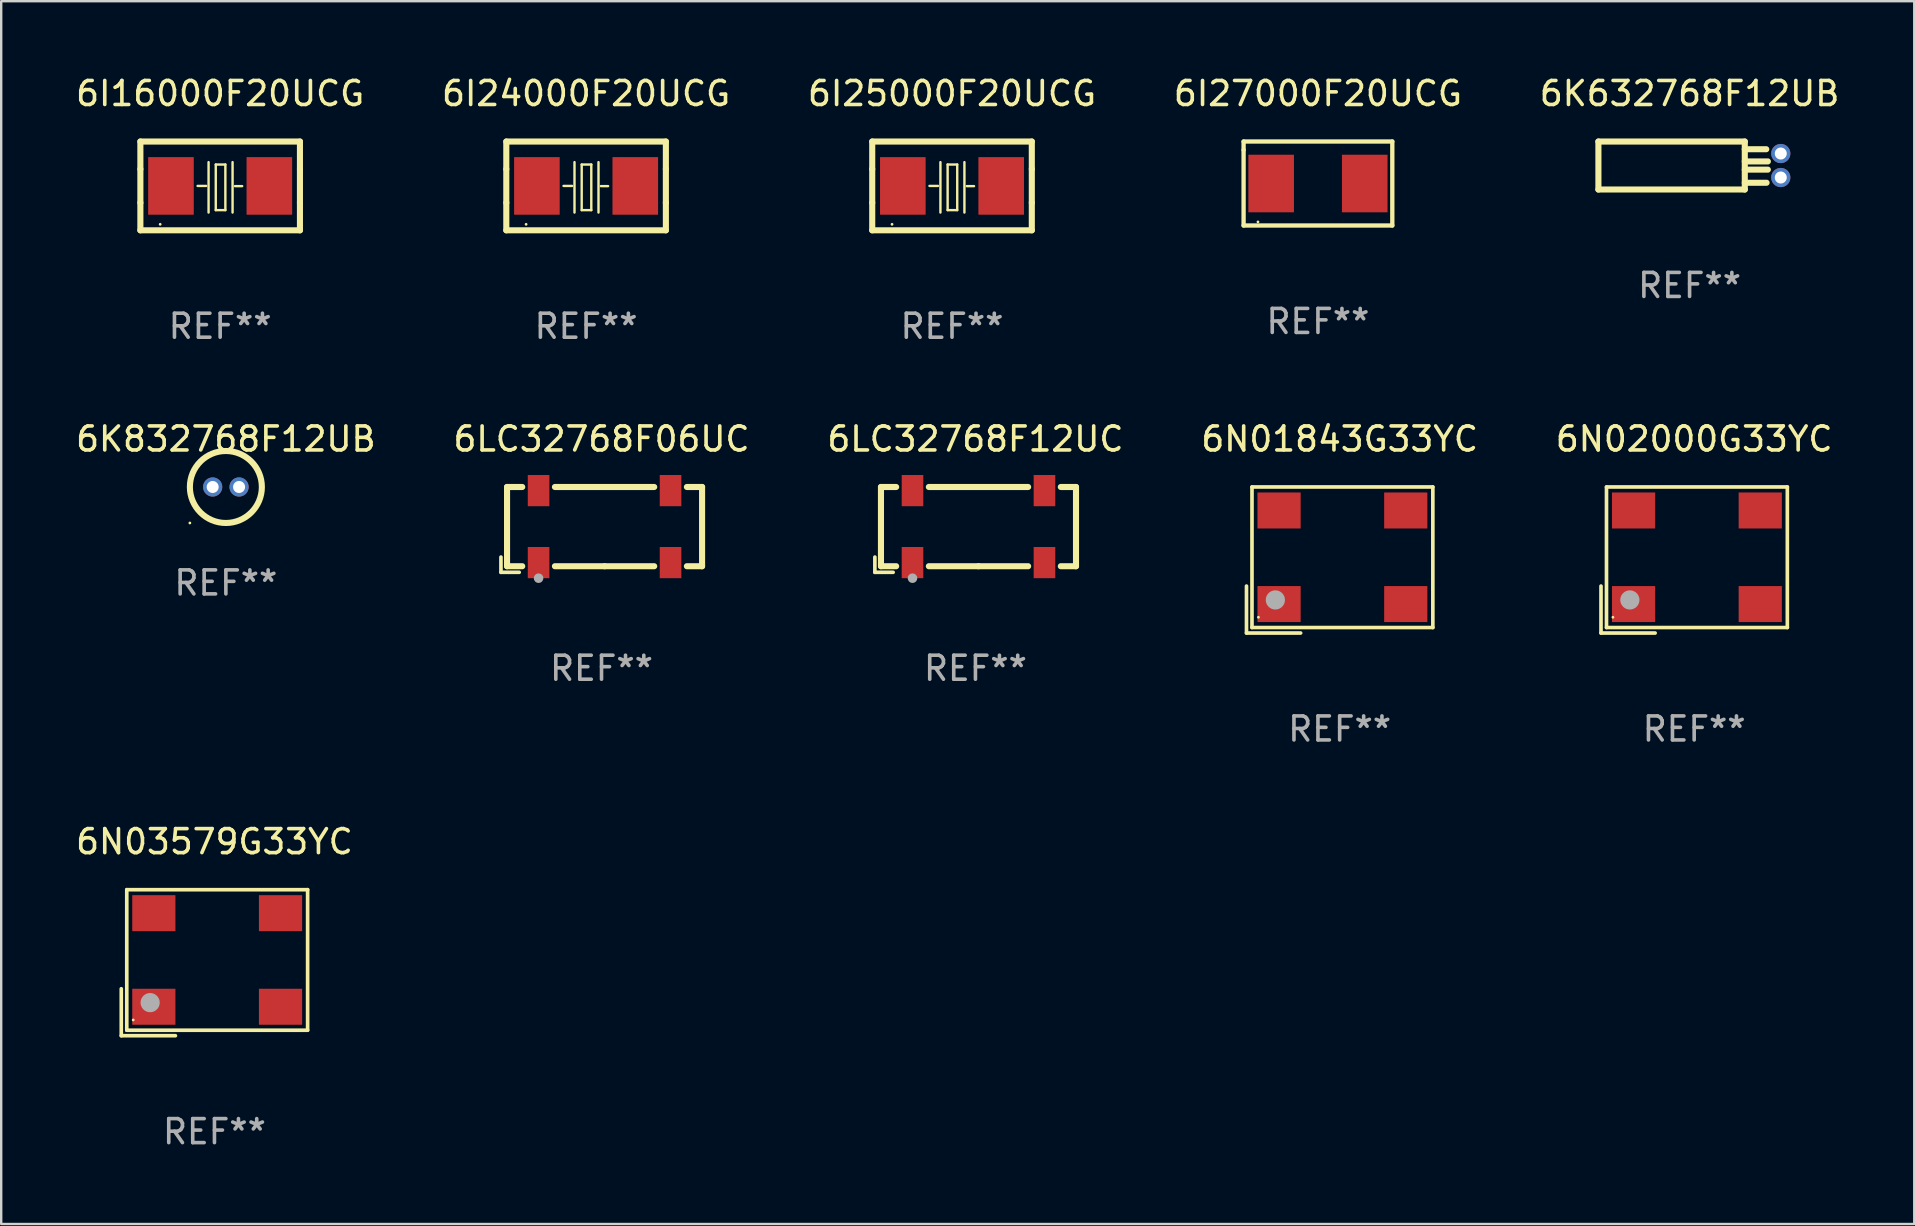
<source format=kicad_pcb>
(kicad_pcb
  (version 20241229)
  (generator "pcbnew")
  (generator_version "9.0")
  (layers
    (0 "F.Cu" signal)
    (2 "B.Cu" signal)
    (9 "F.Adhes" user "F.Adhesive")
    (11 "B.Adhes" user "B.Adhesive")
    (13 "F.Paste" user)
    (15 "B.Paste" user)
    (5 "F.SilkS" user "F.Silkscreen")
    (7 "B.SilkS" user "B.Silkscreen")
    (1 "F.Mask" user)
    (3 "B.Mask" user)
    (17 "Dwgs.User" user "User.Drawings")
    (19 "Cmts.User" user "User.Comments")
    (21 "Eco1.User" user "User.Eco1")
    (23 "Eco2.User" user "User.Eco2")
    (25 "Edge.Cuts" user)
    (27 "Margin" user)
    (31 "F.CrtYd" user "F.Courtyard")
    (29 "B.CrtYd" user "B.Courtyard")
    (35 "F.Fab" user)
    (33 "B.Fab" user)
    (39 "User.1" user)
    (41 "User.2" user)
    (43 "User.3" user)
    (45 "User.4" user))
  (footprint "6I25000F20UCG"
    (layer "F.Cu")
    (at 36.625 4.698)
    (property "Reference" "6I25000F20UCG" (at 0 -3.85 0) (layer "F.SilkS") (effects (font (size 1 1) (thickness 0.15))))
    (attr through_hole)
    (fp_line (start -3.325 0.7) (end -3.325 -0.7) (stroke (width 0.254) (type solid)) (layer "F.SilkS"))
    (fp_line (start -3.325 -1.85) (end 3.325 -1.85) (stroke (width 0.254) (type solid)) (layer "F.SilkS"))
    (fp_line (start -3.325 -0.7) (end -3.325 -1.85) (stroke (width 0.254) (type solid)) (layer "F.SilkS"))
    (fp_line (start -3.325 1.85) (end -3.325 0.7) (stroke (width 0.254) (type solid)) (layer "F.SilkS"))
    (fp_line (start -0.94 -0.000127) (end -0.584 -0.000127) (stroke (width 0.1) (type solid)) (layer "F.SilkS"))
    (fp_line (start -0.483 -0.991) (end -0.483 1.109) (stroke (width 0.1) (type solid)) (layer "F.SilkS"))
    (fp_line (start -0.183 -0.891) (end -0.183 1.009) (stroke (width 0.1) (type solid)) (layer "F.SilkS"))
    (fp_line (start -0.183 1.009) (end 0.217 1.009) (stroke (width 0.1) (type solid)) (layer "F.SilkS"))
    (fp_line (start 0.217 -0.891) (end -0.183 -0.891) (stroke (width 0.1) (type solid)) (layer "F.SilkS"))
    (fp_line (start 0.217 1.009) (end 0.217 -0.891) (stroke (width 0.1) (type solid)) (layer "F.SilkS"))
    (fp_line (start 0.517 -0.991) (end 0.517 1.109) (stroke (width 0.1) (type solid)) (layer "F.SilkS"))
    (fp_line (start 0.617 0.009) (end 0.917 0.009) (stroke (width 0.1) (type solid)) (layer "F.SilkS"))
    (fp_line (start 3.325 -1.85) (end 3.325 -0.7) (stroke (width 0.254) (type solid)) (layer "F.SilkS"))
    (fp_line (start 3.325 0.7) (end 3.325 1.85) (stroke (width 0.254) (type solid)) (layer "F.SilkS"))
    (fp_line (start 3.325 1.85) (end -3.325 1.85) (stroke (width 0.254) (type solid)) (layer "F.SilkS"))
    (fp_line (start 3.325 -0.7) (end 3.325 0.7) (stroke (width 0.254) (type solid)) (layer "F.SilkS"))
    (fp_circle (center -2.5 1.6) (end -2.47 1.6) (stroke (width 0.06) (type solid)) (fill no) (layer "F.SilkS"))
    (fp_text user "REF**" (at 0 5.85 0) (layer "F.Fab") (effects (font (size 1 1) (thickness 0.15))))
    (pad "1" smd rect (at -2.05 -0.000127) (size 1.9 2.4) (layers "F.Cu" "F.Mask" "F.Paste"))
    (pad "2" smd rect (at 2.05 -0.000127) (size 1.9 2.4) (layers "F.Cu" "F.Mask" "F.Paste")))
  (footprint "6I24000F20UCG"
    (layer "F.Cu")
    (at 21.375 4.698)
    (property "Reference" "6I24000F20UCG" (at 0 -3.85 0) (layer "F.SilkS") (effects (font (size 1 1) (thickness 0.15))))
    (attr through_hole)
    (fp_line (start -3.325 0.7) (end -3.325 -0.7) (stroke (width 0.254) (type solid)) (layer "F.SilkS"))
    (fp_line (start -3.325 -1.85) (end 3.325 -1.85) (stroke (width 0.254) (type solid)) (layer "F.SilkS"))
    (fp_line (start -3.325 -0.7) (end -3.325 -1.85) (stroke (width 0.254) (type solid)) (layer "F.SilkS"))
    (fp_line (start -3.325 1.85) (end -3.325 0.7) (stroke (width 0.254) (type solid)) (layer "F.SilkS"))
    (fp_line (start -0.94 -0.000127) (end -0.584 -0.000127) (stroke (width 0.1) (type solid)) (layer "F.SilkS"))
    (fp_line (start -0.483 -0.991) (end -0.483 1.109) (stroke (width 0.1) (type solid)) (layer "F.SilkS"))
    (fp_line (start -0.183 -0.891) (end -0.183 1.009) (stroke (width 0.1) (type solid)) (layer "F.SilkS"))
    (fp_line (start -0.183 1.009) (end 0.217 1.009) (stroke (width 0.1) (type solid)) (layer "F.SilkS"))
    (fp_line (start 0.217 -0.891) (end -0.183 -0.891) (stroke (width 0.1) (type solid)) (layer "F.SilkS"))
    (fp_line (start 0.217 1.009) (end 0.217 -0.891) (stroke (width 0.1) (type solid)) (layer "F.SilkS"))
    (fp_line (start 0.517 -0.991) (end 0.517 1.109) (stroke (width 0.1) (type solid)) (layer "F.SilkS"))
    (fp_line (start 0.617 0.009) (end 0.917 0.009) (stroke (width 0.1) (type solid)) (layer "F.SilkS"))
    (fp_line (start 3.325 -1.85) (end 3.325 -0.7) (stroke (width 0.254) (type solid)) (layer "F.SilkS"))
    (fp_line (start 3.325 0.7) (end 3.325 1.85) (stroke (width 0.254) (type solid)) (layer "F.SilkS"))
    (fp_line (start 3.325 1.85) (end -3.325 1.85) (stroke (width 0.254) (type solid)) (layer "F.SilkS"))
    (fp_line (start 3.325 -0.7) (end 3.325 0.7) (stroke (width 0.254) (type solid)) (layer "F.SilkS"))
    (fp_circle (center -2.5 1.6) (end -2.47 1.6) (stroke (width 0.06) (type solid)) (fill no) (layer "F.SilkS"))
    (fp_text user "REF**" (at 0 5.85 0) (layer "F.Fab") (effects (font (size 1 1) (thickness 0.15))))
    (pad "1" smd rect (at -2.05 -0.000203) (size 1.9 2.4) (layers "F.Cu" "F.Mask" "F.Paste"))
    (pad "2" smd rect (at 2.05 -0.000203) (size 1.9 2.4) (layers "F.Cu" "F.Mask" "F.Paste")))
  (footprint "6I27000F20UCG"
    (layer "F.Cu")
    (at 51.875 4.598)
    (property "Reference" "6I27000F20UCG" (at 0 -3.75 0) (layer "F.SilkS") (effects (font (size 1 1) (thickness 0.15))))
    (attr through_hole)
    (fp_line (start -3.099 -1.75) (end 3.099 -1.75) (stroke (width 0.18) (type solid)) (layer "F.SilkS"))
    (fp_line (start -3.099 -1.4) (end -3.099 -1.75) (stroke (width 0.18) (type solid)) (layer "F.SilkS"))
    (fp_line (start -3.099 1.75) (end -3.099 -1.4) (stroke (width 0.18) (type solid)) (layer "F.SilkS"))
    (fp_line (start 3.099 -1.75) (end 3.099 1.75) (stroke (width 0.18) (type solid)) (layer "F.SilkS"))
    (fp_line (start 3.099 1.75) (end -3.099 1.75) (stroke (width 0.18) (type solid)) (layer "F.SilkS"))
    (fp_circle (center -2.5 1.6) (end -2.47 1.6) (stroke (width 0.06) (type solid)) (fill no) (layer "F.SilkS"))
    (fp_text user "REF**" (at 0 5.75 0) (layer "F.Fab") (effects (font (size 1 1) (thickness 0.15))))
    (pad "1" smd rect (at -1.95 0) (size 1.9 2.4) (layers "F.Cu" "F.Mask" "F.Paste"))
    (pad "2" smd rect (at 1.95 0) (size 1.9 2.4) (layers "F.Cu" "F.Mask" "F.Paste")))
  (footprint "6N02000G33YC"
    (layer "F.Cu")
    (at 67.554 20.288)
    (property "Reference" "6N02000G33YC" (at 0 -5.043 0) (layer "F.SilkS") (effects (font (size 1 1) (thickness 0.15))))
    (attr through_hole)
    (fp_line (start -3.883 1.086) (end -3.883 3.043) (stroke (width 0.152) (type solid)) (layer "F.SilkS"))
    (fp_line (start -3.883 3.043) (end -1.626 3.043) (stroke (width 0.152) (type solid)) (layer "F.SilkS"))
    (fp_line (start -3.654 -3.043) (end 3.883 -3.043) (stroke (width 0.152) (type solid)) (layer "F.SilkS"))
    (fp_line (start -3.654 2.814) (end -3.654 -3.043) (stroke (width 0.152) (type solid)) (layer "F.SilkS"))
    (fp_line (start 3.883 -3.043) (end 3.883 2.814) (stroke (width 0.152) (type solid)) (layer "F.SilkS"))
    (fp_line (start 3.883 2.814) (end -3.654 2.814) (stroke (width 0.152) (type solid)) (layer "F.SilkS"))
    (fp_circle (center -3.386 2.386) (end -3.356 2.386) (stroke (width 0.06) (type solid)) (fill no) (layer "F.SilkS"))
    (fp_circle (center -2.68 1.664) (end -2.48 1.664) (stroke (width 0.4) (type solid)) (fill no) (layer "F.Fab"))
    (fp_text user "REF**" (at 0 7.043 0) (layer "F.Fab") (effects (font (size 1 1) (thickness 0.15))))
    (pad "1" smd rect (at -2.526 1.836) (size 1.8 1.5) (layers "F.Cu" "F.Mask" "F.Paste"))
    (pad "2" smd rect (at 2.754 1.836) (size 1.8 1.5) (layers "F.Cu" "F.Mask" "F.Paste"))
    (pad "3" smd rect (at 2.754 -2.064) (size 1.8 1.5) (layers "F.Cu" "F.Mask" "F.Paste"))
    (pad "4" smd rect (at -2.526 -2.064) (size 1.8 1.5) (layers "F.Cu" "F.Mask" "F.Paste")))
  (footprint "6K832768F12UB"
    (layer "F.Cu")
    (at 6.363 17.245)
    (property "Reference" "6K832768F12UB" (at 0 -2 0) (layer "F.SilkS") (effects (font (size 1 1) (thickness 0.15))))
    (attr through_hole)
    (fp_circle (center -1.5 1.5) (end -1.47 1.5) (stroke (width 0.06) (type solid)) (fill no) (layer "F.SilkS"))
    (fp_circle (center 0 0) (end 1.5 0) (stroke (width 0.254) (type solid)) (fill no) (layer "F.SilkS"))
    (fp_text user "REF**" (at 0 4 0) (layer "F.Fab") (effects (font (size 1 1) (thickness 0.15))))
    (pad "1" thru_hole circle (at -0.55 0) (size 0.8 0.8) (drill 0.5) (layers "*.Cu" "*.Mask"))
    (pad "2" thru_hole circle (at 0.55 0) (size 0.8 0.8) (drill 0.5) (layers "*.Cu" "*.Mask")))
  (footprint "6LC32768F06UC"
    (layer "F.Cu")
    (at 22.018 19.023)
    (property "Reference" "6LC32768F06UC" (at 0 -3.778 0) (layer "F.SilkS") (effects (font (size 1 1) (thickness 0.15))))
    (attr through_hole)
    (fp_line (start -4.191 1.143) (end -4.191 1.778) (stroke (width 0.152) (type solid)) (layer "F.SilkS"))
    (fp_line (start -4.191 1.778) (end -3.429 1.778) (stroke (width 0.152) (type solid)) (layer "F.SilkS"))
    (fp_line (start -3.937 -1.778) (end -3.304 -1.778) (stroke (width 0.254) (type solid)) (layer "F.SilkS"))
    (fp_line (start -3.937 1.524) (end -3.937 -1.778) (stroke (width 0.254) (type solid)) (layer "F.SilkS"))
    (fp_line (start -3.304 1.524) (end -3.937 1.524) (stroke (width 0.254) (type solid)) (layer "F.SilkS"))
    (fp_line (start -1.942 -1.778) (end 2.196 -1.778) (stroke (width 0.254) (type solid)) (layer "F.SilkS"))
    (fp_line (start 0.127 1.524) (end -1.942 1.524) (stroke (width 0.254) (type solid)) (layer "F.SilkS"))
    (fp_line (start 2.196 1.524) (end 0.127 1.524) (stroke (width 0.254) (type solid)) (layer "F.SilkS"))
    (fp_line (start 3.558 -1.778) (end 4.191 -1.778) (stroke (width 0.254) (type solid)) (layer "F.SilkS"))
    (fp_line (start 4.191 -1.778) (end 4.191 1.524) (stroke (width 0.254) (type solid)) (layer "F.SilkS"))
    (fp_line (start 4.191 1.524) (end 3.558 1.524) (stroke (width 0.254) (type solid)) (layer "F.SilkS"))
    (fp_circle (center -3.873 1.792) (end -3.843 1.792) (stroke (width 0.06) (type solid)) (fill no) (layer "F.SilkS"))
    (fp_circle (center -2.623 2.023) (end -2.523 2.023) (stroke (width 0.2) (type solid)) (fill no) (layer "F.Fab"))
    (fp_text user "REF**" (at 0 5.778 0) (layer "F.Fab") (effects (font (size 1 1) (thickness 0.15))))
    (pad "1" smd rect (at -2.623 1.373) (size 0.9 1.3) (layers "F.Cu" "F.Mask" "F.Paste"))
    (pad "2" smd rect (at 2.877 1.373) (size 0.9 1.3) (layers "F.Cu" "F.Mask" "F.Paste"))
    (pad "3" smd rect (at 2.877 -1.627) (size 0.9 1.3) (layers "F.Cu" "F.Mask" "F.Paste"))
    (pad "4" smd rect (at -2.623 -1.627) (size 0.9 1.3) (layers "F.Cu" "F.Mask" "F.Paste")))
  (footprint "6N01843G33YC"
    (layer "F.Cu")
    (at 52.78 20.288)
    (property "Reference" "6N01843G33YC" (at 0 -5.043 0) (layer "F.SilkS") (effects (font (size 1 1) (thickness 0.15))))
    (attr through_hole)
    (fp_line (start -3.883 1.086) (end -3.883 3.043) (stroke (width 0.152) (type solid)) (layer "F.SilkS"))
    (fp_line (start -3.883 3.043) (end -1.626 3.043) (stroke (width 0.152) (type solid)) (layer "F.SilkS"))
    (fp_line (start -3.654 -3.043) (end 3.883 -3.043) (stroke (width 0.152) (type solid)) (layer "F.SilkS"))
    (fp_line (start -3.654 2.814) (end -3.654 -3.043) (stroke (width 0.152) (type solid)) (layer "F.SilkS"))
    (fp_line (start 3.883 -3.043) (end 3.883 2.814) (stroke (width 0.152) (type solid)) (layer "F.SilkS"))
    (fp_line (start 3.883 2.814) (end -3.654 2.814) (stroke (width 0.152) (type solid)) (layer "F.SilkS"))
    (fp_circle (center -3.386 2.386) (end -3.356 2.386) (stroke (width 0.06) (type solid)) (fill no) (layer "F.SilkS"))
    (fp_circle (center -2.68 1.664) (end -2.48 1.664) (stroke (width 0.4) (type solid)) (fill no) (layer "F.Fab"))
    (fp_text user "REF**" (at 0 7.043 0) (layer "F.Fab") (effects (font (size 1 1) (thickness 0.15))))
    (pad "1" smd rect (at -2.526 1.836) (size 1.8 1.5) (layers "F.Cu" "F.Mask" "F.Paste"))
    (pad "2" smd rect (at 2.754 1.836) (size 1.8 1.5) (layers "F.Cu" "F.Mask" "F.Paste"))
    (pad "3" smd rect (at 2.754 -2.064) (size 1.8 1.5) (layers "F.Cu" "F.Mask" "F.Paste"))
    (pad "4" smd rect (at -2.526 -2.064) (size 1.8 1.5) (layers "F.Cu" "F.Mask" "F.Paste")))
  (footprint "6K632768F12UB"
    (layer "F.Cu")
    (at 67.363 3.848)
    (property "Reference" "6K632768F12UB" (at 0 -3 0) (layer "F.SilkS") (effects (font (size 1 1) (thickness 0.15))))
    (attr through_hole)
    (fp_line (start -3.8 1) (end -3.8 -1) (stroke (width 0.254) (type solid)) (layer "F.SilkS"))
    (fp_line (start 2.3 -1) (end -3.8 -1) (stroke (width 0.254) (type solid)) (layer "F.SilkS"))
    (fp_line (start 2.3 -1) (end 2.3 1) (stroke (width 0.254) (type solid)) (layer "F.SilkS"))
    (fp_line (start 2.3 -0.679) (end 3.195 -0.679) (stroke (width 0.254) (type solid)) (layer "F.SilkS"))
    (fp_line (start 2.3 -0.171) (end 3.262 -0.171) (stroke (width 0.254) (type solid)) (layer "F.SilkS"))
    (fp_line (start 2.3 0.172) (end 3.261 0.172) (stroke (width 0.254) (type solid)) (layer "F.SilkS"))
    (fp_line (start 2.3 0.718) (end 3.208 0.718) (stroke (width 0.254) (type solid)) (layer "F.SilkS"))
    (fp_line (start 2.3 1) (end -3.8 1) (stroke (width 0.254) (type solid)) (layer "F.SilkS"))
    (fp_circle (center -3.8 -1) (end -3.77 -1) (stroke (width 0.06) (type solid)) (fill no) (layer "F.SilkS"))
    (fp_text user "REF**" (at 0 5 0) (layer "F.Fab") (effects (font (size 1 1) (thickness 0.15))))
    (pad "1" thru_hole circle (at 3.8 -0.5) (size 0.8 0.8) (drill 0.5) (layers "*.Cu" "*.Mask"))
    (pad "2" thru_hole circle (at 3.8 0.5) (size 0.8 0.8) (drill 0.5) (layers "*.Cu" "*.Mask")))
  (footprint "6N03579G33YC"
    (layer "F.Cu")
    (at 5.887 37.07)
    (property "Reference" "6N03579G33YC" (at 0 -5.043 0) (layer "F.SilkS") (effects (font (size 1 1) (thickness 0.15))))
    (attr through_hole)
    (fp_line (start -3.883 1.086) (end -3.883 3.043) (stroke (width 0.152) (type solid)) (layer "F.SilkS"))
    (fp_line (start -3.883 3.043) (end -1.626 3.043) (stroke (width 0.152) (type solid)) (layer "F.SilkS"))
    (fp_line (start -3.654 -3.043) (end 3.883 -3.043) (stroke (width 0.152) (type solid)) (layer "F.SilkS"))
    (fp_line (start -3.654 2.814) (end -3.654 -3.043) (stroke (width 0.152) (type solid)) (layer "F.SilkS"))
    (fp_line (start 3.883 -3.043) (end 3.883 2.814) (stroke (width 0.152) (type solid)) (layer "F.SilkS"))
    (fp_line (start 3.883 2.814) (end -3.654 2.814) (stroke (width 0.152) (type solid)) (layer "F.SilkS"))
    (fp_circle (center -3.386 2.386) (end -3.356 2.386) (stroke (width 0.06) (type solid)) (fill no) (layer "F.SilkS"))
    (fp_circle (center -2.68 1.664) (end -2.48 1.664) (stroke (width 0.4) (type solid)) (fill no) (layer "F.Fab"))
    (fp_text user "REF**" (at 0 7.043 0) (layer "F.Fab") (effects (font (size 1 1) (thickness 0.15))))
    (pad "1" smd rect (at -2.526 1.836) (size 1.8 1.5) (layers "F.Cu" "F.Mask" "F.Paste"))
    (pad "2" smd rect (at 2.754 1.836) (size 1.8 1.5) (layers "F.Cu" "F.Mask" "F.Paste"))
    (pad "3" smd rect (at 2.754 -2.064) (size 1.8 1.5) (layers "F.Cu" "F.Mask" "F.Paste"))
    (pad "4" smd rect (at -2.526 -2.064) (size 1.8 1.5) (layers "F.Cu" "F.Mask" "F.Paste")))
  (footprint "6LC32768F12UC"
    (layer "F.Cu")
    (at 37.601 19.023)
    (property "Reference" "6LC32768F12UC" (at 0 -3.778 0) (layer "F.SilkS") (effects (font (size 1 1) (thickness 0.15))))
    (attr through_hole)
    (fp_line (start -4.191 1.143) (end -4.191 1.778) (stroke (width 0.152) (type solid)) (layer "F.SilkS"))
    (fp_line (start -4.191 1.778) (end -3.429 1.778) (stroke (width 0.152) (type solid)) (layer "F.SilkS"))
    (fp_line (start -3.937 -1.778) (end -3.304 -1.778) (stroke (width 0.254) (type solid)) (layer "F.SilkS"))
    (fp_line (start -3.937 1.524) (end -3.937 -1.778) (stroke (width 0.254) (type solid)) (layer "F.SilkS"))
    (fp_line (start -3.304 1.524) (end -3.937 1.524) (stroke (width 0.254) (type solid)) (layer "F.SilkS"))
    (fp_line (start -1.942 -1.778) (end 2.196 -1.778) (stroke (width 0.254) (type solid)) (layer "F.SilkS"))
    (fp_line (start 0.127 1.524) (end -1.942 1.524) (stroke (width 0.254) (type solid)) (layer "F.SilkS"))
    (fp_line (start 2.196 1.524) (end 0.127 1.524) (stroke (width 0.254) (type solid)) (layer "F.SilkS"))
    (fp_line (start 3.558 -1.778) (end 4.191 -1.778) (stroke (width 0.254) (type solid)) (layer "F.SilkS"))
    (fp_line (start 4.191 -1.778) (end 4.191 1.524) (stroke (width 0.254) (type solid)) (layer "F.SilkS"))
    (fp_line (start 4.191 1.524) (end 3.558 1.524) (stroke (width 0.254) (type solid)) (layer "F.SilkS"))
    (fp_circle (center -3.873 1.792) (end -3.843 1.792) (stroke (width 0.06) (type solid)) (fill no) (layer "F.SilkS"))
    (fp_circle (center -2.623 2.023) (end -2.523 2.023) (stroke (width 0.2) (type solid)) (fill no) (layer "F.Fab"))
    (fp_text user "REF**" (at 0 5.778 0) (layer "F.Fab") (effects (font (size 1 1) (thickness 0.15))))
    (pad "1" smd rect (at -2.623 1.373) (size 0.9 1.3) (layers "F.Cu" "F.Mask" "F.Paste"))
    (pad "2" smd rect (at 2.877 1.373) (size 0.9 1.3) (layers "F.Cu" "F.Mask" "F.Paste"))
    (pad "3" smd rect (at 2.877 -1.627) (size 0.9 1.3) (layers "F.Cu" "F.Mask" "F.Paste"))
    (pad "4" smd rect (at -2.623 -1.627) (size 0.9 1.3) (layers "F.Cu" "F.Mask" "F.Paste")))
  (footprint "6I16000F20UCG"
    (layer "F.Cu")
    (at 6.125 4.698)
    (property "Reference" "6I16000F20UCG" (at 0 -3.85 0) (layer "F.SilkS") (effects (font (size 1 1) (thickness 0.15))))
    (attr through_hole)
    (fp_line (start -3.325 0.7) (end -3.325 -0.7) (stroke (width 0.254) (type solid)) (layer "F.SilkS"))
    (fp_line (start -3.325 -1.85) (end 3.325 -1.85) (stroke (width 0.254) (type solid)) (layer "F.SilkS"))
    (fp_line (start -3.325 -0.7) (end -3.325 -1.85) (stroke (width 0.254) (type solid)) (layer "F.SilkS"))
    (fp_line (start -3.325 1.85) (end -3.325 0.7) (stroke (width 0.254) (type solid)) (layer "F.SilkS"))
    (fp_line (start -0.94 -0.000127) (end -0.584 -0.000127) (stroke (width 0.1) (type solid)) (layer "F.SilkS"))
    (fp_line (start -0.483 -0.991) (end -0.483 1.109) (stroke (width 0.1) (type solid)) (layer "F.SilkS"))
    (fp_line (start -0.183 -0.891) (end -0.183 1.009) (stroke (width 0.1) (type solid)) (layer "F.SilkS"))
    (fp_line (start -0.183 1.009) (end 0.217 1.009) (stroke (width 0.1) (type solid)) (layer "F.SilkS"))
    (fp_line (start 0.217 -0.891) (end -0.183 -0.891) (stroke (width 0.1) (type solid)) (layer "F.SilkS"))
    (fp_line (start 0.217 1.009) (end 0.217 -0.891) (stroke (width 0.1) (type solid)) (layer "F.SilkS"))
    (fp_line (start 0.517 -0.991) (end 0.517 1.109) (stroke (width 0.1) (type solid)) (layer "F.SilkS"))
    (fp_line (start 0.617 0.009) (end 0.917 0.009) (stroke (width 0.1) (type solid)) (layer "F.SilkS"))
    (fp_line (start 3.325 -1.85) (end 3.325 -0.7) (stroke (width 0.254) (type solid)) (layer "F.SilkS"))
    (fp_line (start 3.325 0.7) (end 3.325 1.85) (stroke (width 0.254) (type solid)) (layer "F.SilkS"))
    (fp_line (start 3.325 1.85) (end -3.325 1.85) (stroke (width 0.254) (type solid)) (layer "F.SilkS"))
    (fp_line (start 3.325 -0.7) (end 3.325 0.7) (stroke (width 0.254) (type solid)) (layer "F.SilkS"))
    (fp_circle (center -2.5 1.6) (end -2.47 1.6) (stroke (width 0.06) (type solid)) (fill no) (layer "F.SilkS"))
    (fp_text user "REF**" (at 0 5.85 0) (layer "F.Fab") (effects (font (size 1 1) (thickness 0.15))))
    (pad "1" smd rect (at -2.05 -0.000203) (size 1.9 2.4) (layers "F.Cu" "F.Mask" "F.Paste"))
    (pad "2" smd rect (at 2.05 -0.000203) (size 1.9 2.4) (layers "F.Cu" "F.Mask" "F.Paste")))
  (gr_rect
    (start -3 -3)
    (end 76.726 47.961)
    (stroke (width 0.1) (type default))
    (fill no)
    (layer "Edge.Cuts")))
</source>
